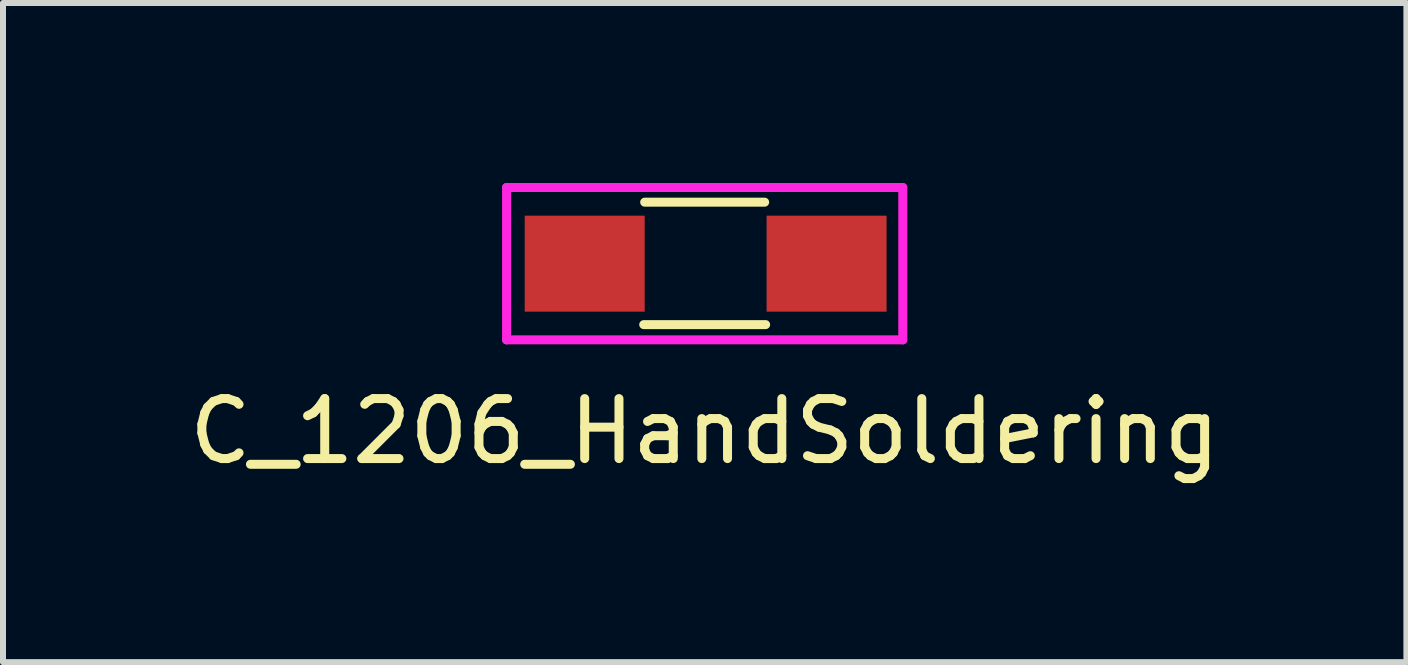
<source format=kicad_pcb>
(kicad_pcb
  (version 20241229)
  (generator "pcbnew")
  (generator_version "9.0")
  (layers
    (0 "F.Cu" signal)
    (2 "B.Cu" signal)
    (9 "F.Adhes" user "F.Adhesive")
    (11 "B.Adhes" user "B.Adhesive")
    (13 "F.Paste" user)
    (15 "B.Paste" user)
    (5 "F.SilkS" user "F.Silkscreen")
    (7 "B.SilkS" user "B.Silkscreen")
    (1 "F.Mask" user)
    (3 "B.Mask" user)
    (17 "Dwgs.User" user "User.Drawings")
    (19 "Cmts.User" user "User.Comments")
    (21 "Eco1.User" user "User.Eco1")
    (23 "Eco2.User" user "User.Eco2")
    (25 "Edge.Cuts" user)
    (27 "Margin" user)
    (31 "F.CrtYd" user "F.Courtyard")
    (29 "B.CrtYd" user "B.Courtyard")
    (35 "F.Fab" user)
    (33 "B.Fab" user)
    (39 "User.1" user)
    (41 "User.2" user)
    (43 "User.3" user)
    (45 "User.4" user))
  (footprint "C_1206_HandSoldering"
    (layer "F.Cu")
    (at 8.696 1.345)
    (property "Reference" "C_1206_HandSoldering" (at 0 2.794 0) (layer "F.SilkS") (effects (font (size 1 1) (thickness 0.15))))
    (attr through_hole)
    (fp_line (start -1.016 1.016) (end 1.016 1.016) (stroke (width 0.15) (type solid)) (layer "F.SilkS"))
    (fp_line (start 1 -1.025) (end -1 -1.025) (stroke (width 0.15) (type solid)) (layer "F.SilkS"))
    (fp_line (start -3.302 -1.27) (end 3.302 -1.27) (stroke (width 0.15) (type solid)) (layer "F.CrtYd"))
    (fp_line (start -3.302 1.27) (end -3.302 -1.27) (stroke (width 0.15) (type solid)) (layer "F.CrtYd"))
    (fp_line (start 3.302 -1.27) (end 3.302 1.27) (stroke (width 0.15) (type solid)) (layer "F.CrtYd"))
    (fp_line (start 3.302 1.27) (end -3.302 1.27) (stroke (width 0.15) (type solid)) (layer "F.CrtYd"))
    (pad "1" smd rect (at -2 0) (size 2 1.6) (layers "F.Cu" "F.Mask" "F.Paste"))
    (pad "2" smd rect (at 2.032 0) (size 2 1.6) (layers "F.Cu" "F.Mask" "F.Paste")))
  (gr_rect
    (start -3 -3)
    (end 20.393 7.987)
    (stroke (width 0.1) (type default))
    (fill no)
    (layer "Edge.Cuts")))
</source>
